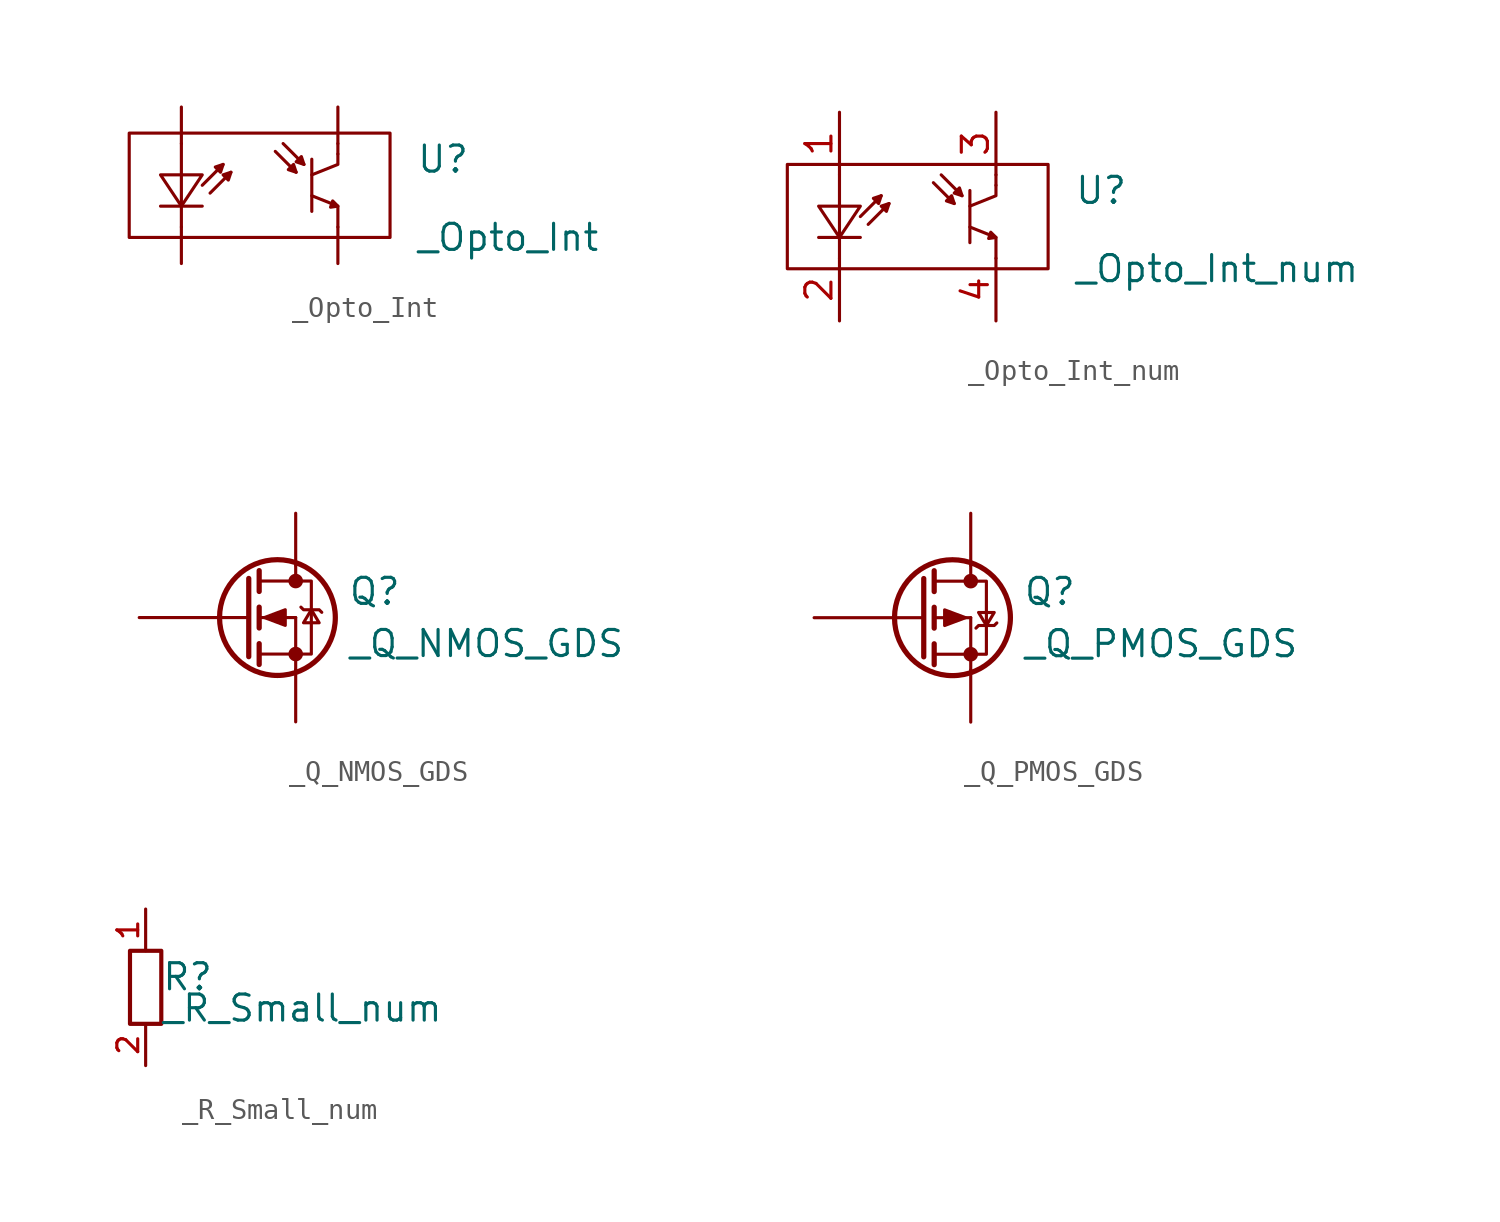
<source format=kicad_sym>
(kicad_symbol_lib
  (version 20220914)
  (generator kicad_symbol_editor)
  (symbol "_Opto_Int"
    (pin_numbers hide)
    (pin_names
      (offset 0.254) hide)
    (property "Reference" "U"
      (at 7.62 1.27 0)
      (effects (font (size 1.27 1.27)) (justify left)))
    (property "Value" "_Opto_Int"
      (at 7.62 -2.54 0)
      (effects (font (size 1.27 1.27)) (justify left)))
    (property "Footprint" ""
      (at -2.032 0 90)
      (effects (font (size 1.27 1.27))))
    (property "Datasheet" ""
      (at -2.032 0 90)
      (effects (font (size 1.27 1.27))))
    (symbol "_Opto_Int_0_1"
      (polyline (pts (xy -3.81 2.032) (xy -3.81 -2.032)) (stroke (width 0) (type solid)) (fill (type none)))
      (polyline (pts (xy -2.794 -1.016) (xy -4.826 -1.016)) (stroke (width 0) (type solid)) (fill (type none)))
      (polyline (pts (xy -2.794 0) (xy -1.778 1.016)) (stroke (width 0) (type solid)) (fill (type none)))
      (polyline (pts (xy -2.413 -0.381) (xy -1.397 0.635)) (stroke (width 0) (type solid)) (fill (type none)))
      (polyline (pts (xy 1.778 0.635) (xy 0.762 1.651)) (stroke (width 0) (type solid)) (fill (type none)))
      (polyline (pts (xy 2.159 1.016) (xy 1.143 2.032)) (stroke (width 0) (type solid)) (fill (type none)))
      (polyline (pts (xy 2.54 1.27) (xy 2.54 -1.27)) (stroke (width 0) (type solid)) (fill (type none)))
      (polyline (pts (xy 3.81 1.524) (xy 3.81 2.032)) (stroke (width 0) (type solid)) (fill (type none)))
      (polyline (pts (xy 3.81 -2.032) (xy 3.81 -1.016) (xy 2.54 -0.508)) (stroke (width 0) (type solid)) (fill (type none)))
      (polyline (pts (xy 3.81 1.524) (xy 3.81 1.016) (xy 2.54 0.508)) (stroke (width 0) (type solid)) (fill (type none)))
      (polyline (pts (xy -2.794 0.508) (xy -3.81 -1.016) (xy -4.826 0.508) (xy -2.794 0.508)) (stroke (width 0) (type solid)) (fill (type none)))
      (polyline (pts (xy -1.778 1.016) (xy -2.159 0.889) (xy -1.905 0.635) (xy -1.778 1.016)) (stroke (width 0) (type solid)) (fill (type outline)))
      (polyline (pts (xy -1.397 0.635) (xy -1.524 0.254) (xy -1.778 0.508) (xy -1.397 0.635)) (stroke (width 0) (type solid)) (fill (type outline)))
      (polyline (pts (xy 1.778 0.635) (xy 1.651 1.016) (xy 1.397 0.762) (xy 1.778 0.635)) (stroke (width 0) (type solid)) (fill (type outline)))
      (polyline (pts (xy 2.159 1.016) (xy 2.032 1.397) (xy 1.778 1.143) (xy 2.159 1.016)) (stroke (width 0) (type solid)) (fill (type outline)))
      (polyline (pts (xy 3.81 -1.016) (xy 3.556 -0.762) (xy 3.454 -1.067) (xy 3.81 -1.016)) (stroke (width 0) (type solid)) (fill (type outline)))
      (polyline (pts (xy -6.35 2.54) (xy 6.35 2.54) (xy 6.35 -2.54) (xy -6.35 -2.54) (xy -6.35 2.54)) (stroke (width 0) (type solid)) (fill (type none))))
    (symbol "_Opto_Int_1_1"
      (pin passive line (at -3.81 -3.81 90) (length 1.778) (name "K" (effects (font (size 1.27 1.27)))) (number "1" (effects (font (size 1.27 1.27)))))
      (pin passive line (at -3.81 3.81 270) (length 1.778) (name "A" (effects (font (size 1.27 1.27)))) (number "2" (effects (font (size 1.27 1.27)))))
      (pin input line (at 3.81 3.81 270) (length 1.778) (name "C" (effects (font (size 1.27 1.27)))) (number "4" (effects (font (size 1.27 1.27)))))
      (pin input line (at 3.81 -3.81 90) (length 1.778) (name "3" (effects (font (size 1.27 1.27)))) (number "E" (effects (font (size 1.27 1.27)))))))
  (symbol "_Opto_Int_num"
    (pin_names
      (offset 0.254) hide)
    (property "Reference" "U"
      (at 7.62 1.27 0)
      (effects (font (size 1.27 1.27)) (justify left)))
    (property "Value" "_Opto_Int_num"
      (at 7.62 -2.54 0)
      (effects (font (size 1.27 1.27)) (justify left)))
    (property "Footprint" ""
      (at -2.032 0 90)
      (effects (font (size 1.27 1.27))))
    (property "Datasheet" ""
      (at -2.032 0 90)
      (effects (font (size 1.27 1.27))))
    (symbol "_Opto_Int_num_0_1"
      (polyline (pts (xy -3.81 2.032) (xy -3.81 -2.032)) (stroke (width 0) (type solid)) (fill (type none)))
      (polyline (pts (xy -2.794 -1.016) (xy -4.826 -1.016)) (stroke (width 0) (type solid)) (fill (type none)))
      (polyline (pts (xy -2.794 0) (xy -1.778 1.016)) (stroke (width 0) (type solid)) (fill (type none)))
      (polyline (pts (xy -2.413 -0.381) (xy -1.397 0.635)) (stroke (width 0) (type solid)) (fill (type none)))
      (polyline (pts (xy 1.778 0.635) (xy 0.762 1.651)) (stroke (width 0) (type solid)) (fill (type none)))
      (polyline (pts (xy 2.159 1.016) (xy 1.143 2.032)) (stroke (width 0) (type solid)) (fill (type none)))
      (polyline (pts (xy 2.54 1.27) (xy 2.54 -1.27)) (stroke (width 0) (type solid)) (fill (type none)))
      (polyline (pts (xy 3.81 1.524) (xy 3.81 2.032)) (stroke (width 0) (type solid)) (fill (type none)))
      (polyline (pts (xy 3.81 -2.032) (xy 3.81 -1.016) (xy 2.54 -0.508)) (stroke (width 0) (type solid)) (fill (type none)))
      (polyline (pts (xy 3.81 1.524) (xy 3.81 1.016) (xy 2.54 0.508)) (stroke (width 0) (type solid)) (fill (type none)))
      (polyline (pts (xy -2.794 0.508) (xy -3.81 -1.016) (xy -4.826 0.508) (xy -2.794 0.508)) (stroke (width 0) (type solid)) (fill (type none)))
      (polyline (pts (xy -1.778 1.016) (xy -2.159 0.889) (xy -1.905 0.635) (xy -1.778 1.016)) (stroke (width 0) (type solid)) (fill (type outline)))
      (polyline (pts (xy -1.397 0.635) (xy -1.524 0.254) (xy -1.778 0.508) (xy -1.397 0.635)) (stroke (width 0) (type solid)) (fill (type outline)))
      (polyline (pts (xy 1.778 0.635) (xy 1.651 1.016) (xy 1.397 0.762) (xy 1.778 0.635)) (stroke (width 0) (type solid)) (fill (type outline)))
      (polyline (pts (xy 2.159 1.016) (xy 2.032 1.397) (xy 1.778 1.143) (xy 2.159 1.016)) (stroke (width 0) (type solid)) (fill (type outline)))
      (polyline (pts (xy 3.81 -1.016) (xy 3.556 -0.762) (xy 3.454 -1.067) (xy 3.81 -1.016)) (stroke (width 0) (type solid)) (fill (type outline)))
      (polyline (pts (xy -6.35 2.54) (xy 6.35 2.54) (xy 6.35 -2.54) (xy -6.35 -2.54) (xy -6.35 2.54)) (stroke (width 0) (type solid)) (fill (type none))))
    (symbol "_Opto_Int_num_1_1"
      (pin passive line (at -3.81 5.08 270) (length 3.048) (name "A" (effects (font (size 1.27 1.27)))) (number "1" (effects (font (size 1.27 1.27)))))
      (pin passive line (at -3.81 -5.08 90) (length 3.048) (name "K" (effects (font (size 1.27 1.27)))) (number "2" (effects (font (size 1.27 1.27)))))
      (pin input line (at 3.81 5.08 270) (length 3.048) (name "C" (effects (font (size 1.27 1.27)))) (number "3" (effects (font (size 1.27 1.27)))))
      (pin input line (at 3.81 -5.08 90) (length 3.048) (name "E" (effects (font (size 1.27 1.27)))) (number "4" (effects (font (size 1.27 1.27)))))))
  (symbol "_Q_NMOS_GDS"
    (pin_numbers hide)
    (pin_names
      (offset 0) hide)
    (property "Reference" "Q"
      (at 5.08 1.27 0)
      (effects (font (size 1.27 1.27)) (justify left)))
    (property "Value" "_Q_NMOS_GDS"
      (at 5.08 -1.27 0)
      (effects (font (size 1.27 1.27)) (justify left)))
    (symbol "_Q_NMOS_GDS_0_1"
      (polyline (pts (xy 0.762 -1.778) (xy 2.54 -1.778)) (stroke (width 0) (type solid)) (fill (type none)))
      (polyline (pts (xy 0.762 -1.27) (xy 0.762 -2.286)) (stroke (width 0.254) (type solid)) (fill (type none)))
      (polyline (pts (xy 0.762 0) (xy 2.54 0)) (stroke (width 0) (type solid)) (fill (type none)))
      (polyline (pts (xy 0.762 0.508) (xy 0.762 -0.508)) (stroke (width 0.254) (type solid)) (fill (type none)))
      (polyline (pts (xy 0.762 1.778) (xy 2.54 1.778)) (stroke (width 0) (type solid)) (fill (type none)))
      (polyline (pts (xy 0.762 2.286) (xy 0.762 1.27)) (stroke (width 0.254) (type solid)) (fill (type none)))
      (polyline (pts (xy 2.54 -1.778) (xy 2.54 -2.54)) (stroke (width 0) (type solid)) (fill (type none)))
      (polyline (pts (xy 2.54 -1.778) (xy 2.54 0)) (stroke (width 0) (type solid)) (fill (type none)))
      (polyline (pts (xy 2.54 2.54) (xy 2.54 1.778)) (stroke (width 0) (type solid)) (fill (type none)))
      (polyline (pts (xy 0.254 1.905) (xy 0.254 -1.905) (xy 0.254 -1.905)) (stroke (width 0.254) (type solid)) (fill (type none)))
      (polyline (pts (xy 1.016 0) (xy 2.032 0.381) (xy 2.032 -0.381) (xy 1.016 0)) (stroke (width 0) (type solid)) (fill (type outline)))
      (polyline (pts (xy 2.54 -1.778) (xy 3.302 -1.778) (xy 3.302 1.778) (xy 2.54 1.778)) (stroke (width 0) (type solid)) (fill (type none)))
      (polyline (pts (xy 2.794 0.508) (xy 2.921 0.381) (xy 3.683 0.381) (xy 3.81 0.254)) (stroke (width 0) (type solid)) (fill (type none)))
      (polyline (pts (xy 3.302 0.381) (xy 2.921 -0.254) (xy 3.683 -0.254) (xy 3.302 0.381)) (stroke (width 0) (type solid)) (fill (type none)))
      (circle (center 1.651 0) (radius 2.819) (stroke (width 0.254) (type solid)) (fill (type none)))
      (circle (center 2.54 -1.778) (radius 0.279) (stroke (width 0) (type solid)) (fill (type outline)))
      (circle (center 2.54 1.778) (radius 0.279) (stroke (width 0) (type solid)) (fill (type outline))))
    (symbol "_Q_NMOS_GDS_1_1"
      (pin input line (at -5.08 0 0) (length 5.334) (name "G" (effects (font (size 1.27 1.27)))) (number "1" (effects (font (size 1.27 1.27)))))
      (pin passive line (at 2.54 5.08 270) (length 2.54) (name "D" (effects (font (size 1.27 1.27)))) (number "2" (effects (font (size 1.27 1.27)))))
      (pin passive line (at 2.54 -5.08 90) (length 2.54) (name "S" (effects (font (size 1.27 1.27)))) (number "3" (effects (font (size 1.27 1.27)))))))
  (symbol "_Q_PMOS_GDS"
    (pin_numbers hide)
    (pin_names
      (offset 0) hide)
    (property "Reference" "Q"
      (at 5.08 1.27 0)
      (effects (font (size 1.27 1.27)) (justify left)))
    (property "Value" "_Q_PMOS_GDS"
      (at 5.08 -1.27 0)
      (effects (font (size 1.27 1.27)) (justify left)))
    (symbol "_Q_PMOS_GDS_0_1"
      (polyline (pts (xy 0.762 -1.778) (xy 2.54 -1.778)) (stroke (width 0) (type solid)) (fill (type none)))
      (polyline (pts (xy 0.762 -1.27) (xy 0.762 -2.286)) (stroke (width 0.254) (type solid)) (fill (type none)))
      (polyline (pts (xy 0.762 0) (xy 2.54 0)) (stroke (width 0) (type solid)) (fill (type none)))
      (polyline (pts (xy 0.762 0.508) (xy 0.762 -0.508)) (stroke (width 0.254) (type solid)) (fill (type none)))
      (polyline (pts (xy 0.762 1.778) (xy 2.54 1.778)) (stroke (width 0) (type solid)) (fill (type none)))
      (polyline (pts (xy 0.762 2.286) (xy 0.762 1.27)) (stroke (width 0.254) (type solid)) (fill (type none)))
      (polyline (pts (xy 2.54 -1.778) (xy 2.54 -2.54)) (stroke (width 0) (type solid)) (fill (type none)))
      (polyline (pts (xy 2.54 -1.778) (xy 2.54 0)) (stroke (width 0) (type solid)) (fill (type none)))
      (polyline (pts (xy 2.54 2.54) (xy 2.54 1.778)) (stroke (width 0) (type solid)) (fill (type none)))
      (polyline (pts (xy 0.254 1.905) (xy 0.254 -1.905) (xy 0.254 -1.905)) (stroke (width 0.254) (type solid)) (fill (type none)))
      (polyline (pts (xy 2.286 0) (xy 1.27 -0.381) (xy 1.27 0.381) (xy 2.286 0)) (stroke (width 0) (type solid)) (fill (type outline)))
      (polyline (pts (xy 2.54 -1.778) (xy 3.302 -1.778) (xy 3.302 1.778) (xy 2.54 1.778)) (stroke (width 0) (type solid)) (fill (type none)))
      (polyline (pts (xy 2.794 -0.508) (xy 2.921 -0.381) (xy 3.683 -0.381) (xy 3.81 -0.254)) (stroke (width 0) (type solid)) (fill (type none)))
      (polyline (pts (xy 3.302 -0.381) (xy 2.921 0.254) (xy 3.683 0.254) (xy 3.302 -0.381)) (stroke (width 0) (type solid)) (fill (type none)))
      (circle (center 1.651 0) (radius 2.819) (stroke (width 0.254) (type solid)) (fill (type none)))
      (circle (center 2.54 -1.778) (radius 0.279) (stroke (width 0) (type solid)) (fill (type outline)))
      (circle (center 2.54 1.778) (radius 0.279) (stroke (width 0) (type solid)) (fill (type outline))))
    (symbol "_Q_PMOS_GDS_1_1"
      (pin input line (at -5.08 0 0) (length 5.334) (name "G" (effects (font (size 1.27 1.27)))) (number "1" (effects (font (size 1.27 1.27)))))
      (pin passive line (at 2.54 5.08 270) (length 2.54) (name "D" (effects (font (size 1.27 1.27)))) (number "2" (effects (font (size 1.27 1.27)))))
      (pin passive line (at 2.54 -5.08 90) (length 2.54) (name "S" (effects (font (size 1.27 1.27)))) (number "3" (effects (font (size 1.27 1.27)))))))
  (symbol "_R_Small_num"
    (pin_names
      (offset 0.254) hide)
    (property "Reference" "R"
      (at 0.762 0.508 0)
      (effects (font (size 1.27 1.27)) (justify left)))
    (property "Value" "_R_Small_num"
      (at 0.762 -1.016 0)
      (effects (font (size 1.27 1.27)) (justify left)))
    (property "Footprint" ""
      (at 0 0 0)
      (effects (font (size 1.27 1.27))))
    (property "Datasheet" ""
      (at 0 0 0)
      (effects (font (size 1.27 1.27))))
    (symbol "_R_Small_num_0_1"
      (rectangle (start -0.762 1.778) (end 0.762 -1.778) (stroke (width 0.203) (type solid)) (fill (type none))))
    (symbol "_R_Small_num_1_1"
      (pin passive line (at 0 3.81 270) (length 2.032) (name "~" (effects (font (size 1.016 1.016)))) (number "1" (effects (font (size 1.016 1.016)))))
      (pin passive line (at 0 -3.81 90) (length 2.032) (name "~" (effects (font (size 1.016 1.016)))) (number "2" (effects (font (size 1.016 1.016))))))))
</source>
